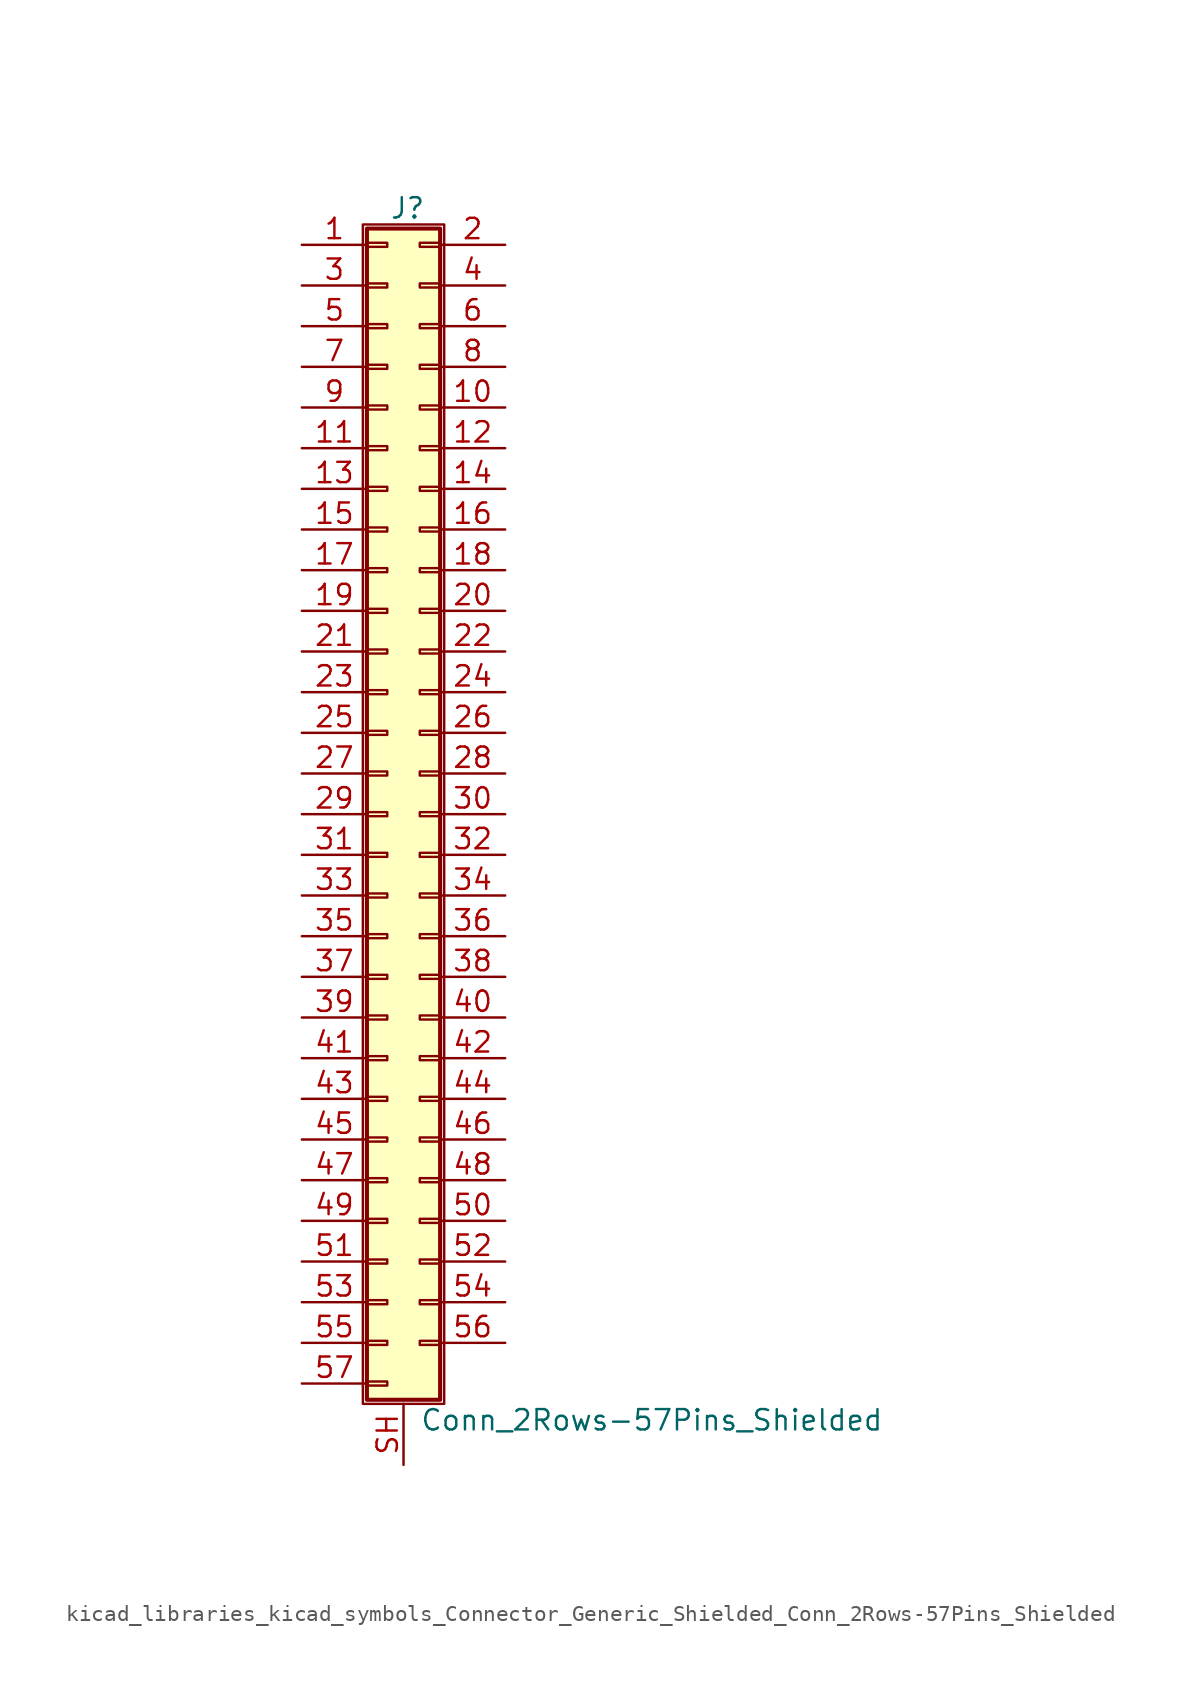
<source format=kicad_sym>
(kicad_symbol_lib
  (version 20220914)
  (generator kicad_symbol_editor)
  (symbol "kicad_libraries_kicad_symbols_Connector_Generic_Shielded_Conn_2Rows-57Pins_Shielded"
    (pin_names
      (offset 1.016) hide)
    (property "Reference" "J"
      (at 1.524 37.846 0)
      (effects (font (size 1.27 1.27))))
    (property "Value" "Conn_2Rows-57Pins_Shielded"
      (at 2.286 -37.846 0)
      (effects (font (size 1.27 1.27)) (justify left)))
    (symbol "kicad_libraries_kicad_symbols_Connector_Generic_Shielded_Conn_2Rows-57Pins_Shielded_1_1"
      (rectangle (start -1.27 36.83) (end 3.81 -36.83) (stroke (width 0.152) (type default)) (fill (type none)))
      (rectangle (start -1.016 -35.433) (end 0.254 -35.687) (stroke (width 0.152) (type default)) (fill (type none)))
      (rectangle (start -1.016 -32.893) (end 0.254 -33.147) (stroke (width 0.152) (type default)) (fill (type none)))
      (rectangle (start -1.016 -30.353) (end 0.254 -30.607) (stroke (width 0.152) (type default)) (fill (type none)))
      (rectangle (start -1.016 -27.813) (end 0.254 -28.067) (stroke (width 0.152) (type default)) (fill (type none)))
      (rectangle (start -1.016 -25.273) (end 0.254 -25.527) (stroke (width 0.152) (type default)) (fill (type none)))
      (rectangle (start -1.016 -22.733) (end 0.254 -22.987) (stroke (width 0.152) (type default)) (fill (type none)))
      (rectangle (start -1.016 -20.193) (end 0.254 -20.447) (stroke (width 0.152) (type default)) (fill (type none)))
      (rectangle (start -1.016 -17.653) (end 0.254 -17.907) (stroke (width 0.152) (type default)) (fill (type none)))
      (rectangle (start -1.016 -15.113) (end 0.254 -15.367) (stroke (width 0.152) (type default)) (fill (type none)))
      (rectangle (start -1.016 -12.573) (end 0.254 -12.827) (stroke (width 0.152) (type default)) (fill (type none)))
      (rectangle (start -1.016 -10.033) (end 0.254 -10.287) (stroke (width 0.152) (type default)) (fill (type none)))
      (rectangle (start -1.016 -7.493) (end 0.254 -7.747) (stroke (width 0.152) (type default)) (fill (type none)))
      (rectangle (start -1.016 -4.953) (end 0.254 -5.207) (stroke (width 0.152) (type default)) (fill (type none)))
      (rectangle (start -1.016 -2.413) (end 0.254 -2.667) (stroke (width 0.152) (type default)) (fill (type none)))
      (rectangle (start -1.016 0.127) (end 0.254 -0.127) (stroke (width 0.152) (type default)) (fill (type none)))
      (rectangle (start -1.016 2.667) (end 0.254 2.413) (stroke (width 0.152) (type default)) (fill (type none)))
      (rectangle (start -1.016 5.207) (end 0.254 4.953) (stroke (width 0.152) (type default)) (fill (type none)))
      (rectangle (start -1.016 7.747) (end 0.254 7.493) (stroke (width 0.152) (type default)) (fill (type none)))
      (rectangle (start -1.016 10.287) (end 0.254 10.033) (stroke (width 0.152) (type default)) (fill (type none)))
      (rectangle (start -1.016 12.827) (end 0.254 12.573) (stroke (width 0.152) (type default)) (fill (type none)))
      (rectangle (start -1.016 15.367) (end 0.254 15.113) (stroke (width 0.152) (type default)) (fill (type none)))
      (rectangle (start -1.016 17.907) (end 0.254 17.653) (stroke (width 0.152) (type default)) (fill (type none)))
      (rectangle (start -1.016 20.447) (end 0.254 20.193) (stroke (width 0.152) (type default)) (fill (type none)))
      (rectangle (start -1.016 22.987) (end 0.254 22.733) (stroke (width 0.152) (type default)) (fill (type none)))
      (rectangle (start -1.016 25.527) (end 0.254 25.273) (stroke (width 0.152) (type default)) (fill (type none)))
      (rectangle (start -1.016 28.067) (end 0.254 27.813) (stroke (width 0.152) (type default)) (fill (type none)))
      (rectangle (start -1.016 30.607) (end 0.254 30.353) (stroke (width 0.152) (type default)) (fill (type none)))
      (rectangle (start -1.016 33.147) (end 0.254 32.893) (stroke (width 0.152) (type default)) (fill (type none)))
      (rectangle (start -1.016 35.687) (end 0.254 35.433) (stroke (width 0.152) (type default)) (fill (type none)))
      (rectangle (start -1.016 36.576) (end 3.556 -36.576) (stroke (width 0.254) (type default)) (fill (type background)))
      (rectangle (start 3.556 -32.893) (end 2.286 -33.147) (stroke (width 0.152) (type default)) (fill (type none)))
      (rectangle (start 3.556 -30.353) (end 2.286 -30.607) (stroke (width 0.152) (type default)) (fill (type none)))
      (rectangle (start 3.556 -27.813) (end 2.286 -28.067) (stroke (width 0.152) (type default)) (fill (type none)))
      (rectangle (start 3.556 -25.273) (end 2.286 -25.527) (stroke (width 0.152) (type default)) (fill (type none)))
      (rectangle (start 3.556 -22.733) (end 2.286 -22.987) (stroke (width 0.152) (type default)) (fill (type none)))
      (rectangle (start 3.556 -20.193) (end 2.286 -20.447) (stroke (width 0.152) (type default)) (fill (type none)))
      (rectangle (start 3.556 -17.653) (end 2.286 -17.907) (stroke (width 0.152) (type default)) (fill (type none)))
      (rectangle (start 3.556 -15.113) (end 2.286 -15.367) (stroke (width 0.152) (type default)) (fill (type none)))
      (rectangle (start 3.556 -12.573) (end 2.286 -12.827) (stroke (width 0.152) (type default)) (fill (type none)))
      (rectangle (start 3.556 -10.033) (end 2.286 -10.287) (stroke (width 0.152) (type default)) (fill (type none)))
      (rectangle (start 3.556 -7.493) (end 2.286 -7.747) (stroke (width 0.152) (type default)) (fill (type none)))
      (rectangle (start 3.556 -4.953) (end 2.286 -5.207) (stroke (width 0.152) (type default)) (fill (type none)))
      (rectangle (start 3.556 -2.413) (end 2.286 -2.667) (stroke (width 0.152) (type default)) (fill (type none)))
      (rectangle (start 3.556 0.127) (end 2.286 -0.127) (stroke (width 0.152) (type default)) (fill (type none)))
      (rectangle (start 3.556 2.667) (end 2.286 2.413) (stroke (width 0.152) (type default)) (fill (type none)))
      (rectangle (start 3.556 5.207) (end 2.286 4.953) (stroke (width 0.152) (type default)) (fill (type none)))
      (rectangle (start 3.556 7.747) (end 2.286 7.493) (stroke (width 0.152) (type default)) (fill (type none)))
      (rectangle (start 3.556 10.287) (end 2.286 10.033) (stroke (width 0.152) (type default)) (fill (type none)))
      (rectangle (start 3.556 12.827) (end 2.286 12.573) (stroke (width 0.152) (type default)) (fill (type none)))
      (rectangle (start 3.556 15.367) (end 2.286 15.113) (stroke (width 0.152) (type default)) (fill (type none)))
      (rectangle (start 3.556 17.907) (end 2.286 17.653) (stroke (width 0.152) (type default)) (fill (type none)))
      (rectangle (start 3.556 20.447) (end 2.286 20.193) (stroke (width 0.152) (type default)) (fill (type none)))
      (rectangle (start 3.556 22.987) (end 2.286 22.733) (stroke (width 0.152) (type default)) (fill (type none)))
      (rectangle (start 3.556 25.527) (end 2.286 25.273) (stroke (width 0.152) (type default)) (fill (type none)))
      (rectangle (start 3.556 28.067) (end 2.286 27.813) (stroke (width 0.152) (type default)) (fill (type none)))
      (rectangle (start 3.556 30.607) (end 2.286 30.353) (stroke (width 0.152) (type default)) (fill (type none)))
      (rectangle (start 3.556 33.147) (end 2.286 32.893) (stroke (width 0.152) (type default)) (fill (type none)))
      (rectangle (start 3.556 35.687) (end 2.286 35.433) (stroke (width 0.152) (type default)) (fill (type none)))
      (pin passive line (at -5.08 35.56 0) (length 4.064) (name "Pin_1" (effects (font (size 1.27 1.27)))) (number "1" (effects (font (size 1.27 1.27)))))
      (pin passive line (at 7.62 25.4 180) (length 4.064) (name "Pin_10" (effects (font (size 1.27 1.27)))) (number "10" (effects (font (size 1.27 1.27)))))
      (pin passive line (at -5.08 22.86 0) (length 4.064) (name "Pin_11" (effects (font (size 1.27 1.27)))) (number "11" (effects (font (size 1.27 1.27)))))
      (pin passive line (at 7.62 22.86 180) (length 4.064) (name "Pin_12" (effects (font (size 1.27 1.27)))) (number "12" (effects (font (size 1.27 1.27)))))
      (pin passive line (at -5.08 20.32 0) (length 4.064) (name "Pin_13" (effects (font (size 1.27 1.27)))) (number "13" (effects (font (size 1.27 1.27)))))
      (pin passive line (at 7.62 20.32 180) (length 4.064) (name "Pin_14" (effects (font (size 1.27 1.27)))) (number "14" (effects (font (size 1.27 1.27)))))
      (pin passive line (at -5.08 17.78 0) (length 4.064) (name "Pin_15" (effects (font (size 1.27 1.27)))) (number "15" (effects (font (size 1.27 1.27)))))
      (pin passive line (at 7.62 17.78 180) (length 4.064) (name "Pin_16" (effects (font (size 1.27 1.27)))) (number "16" (effects (font (size 1.27 1.27)))))
      (pin passive line (at -5.08 15.24 0) (length 4.064) (name "Pin_17" (effects (font (size 1.27 1.27)))) (number "17" (effects (font (size 1.27 1.27)))))
      (pin passive line (at 7.62 15.24 180) (length 4.064) (name "Pin_18" (effects (font (size 1.27 1.27)))) (number "18" (effects (font (size 1.27 1.27)))))
      (pin passive line (at -5.08 12.7 0) (length 4.064) (name "Pin_19" (effects (font (size 1.27 1.27)))) (number "19" (effects (font (size 1.27 1.27)))))
      (pin passive line (at 7.62 35.56 180) (length 4.064) (name "Pin_2" (effects (font (size 1.27 1.27)))) (number "2" (effects (font (size 1.27 1.27)))))
      (pin passive line (at 7.62 12.7 180) (length 4.064) (name "Pin_20" (effects (font (size 1.27 1.27)))) (number "20" (effects (font (size 1.27 1.27)))))
      (pin passive line (at -5.08 10.16 0) (length 4.064) (name "Pin_21" (effects (font (size 1.27 1.27)))) (number "21" (effects (font (size 1.27 1.27)))))
      (pin passive line (at 7.62 10.16 180) (length 4.064) (name "Pin_22" (effects (font (size 1.27 1.27)))) (number "22" (effects (font (size 1.27 1.27)))))
      (pin passive line (at -5.08 7.62 0) (length 4.064) (name "Pin_23" (effects (font (size 1.27 1.27)))) (number "23" (effects (font (size 1.27 1.27)))))
      (pin passive line (at 7.62 7.62 180) (length 4.064) (name "Pin_24" (effects (font (size 1.27 1.27)))) (number "24" (effects (font (size 1.27 1.27)))))
      (pin passive line (at -5.08 5.08 0) (length 4.064) (name "Pin_25" (effects (font (size 1.27 1.27)))) (number "25" (effects (font (size 1.27 1.27)))))
      (pin passive line (at 7.62 5.08 180) (length 4.064) (name "Pin_26" (effects (font (size 1.27 1.27)))) (number "26" (effects (font (size 1.27 1.27)))))
      (pin passive line (at -5.08 2.54 0) (length 4.064) (name "Pin_27" (effects (font (size 1.27 1.27)))) (number "27" (effects (font (size 1.27 1.27)))))
      (pin passive line (at 7.62 2.54 180) (length 4.064) (name "Pin_28" (effects (font (size 1.27 1.27)))) (number "28" (effects (font (size 1.27 1.27)))))
      (pin passive line (at -5.08 0 0) (length 4.064) (name "Pin_29" (effects (font (size 1.27 1.27)))) (number "29" (effects (font (size 1.27 1.27)))))
      (pin passive line (at -5.08 33.02 0) (length 4.064) (name "Pin_3" (effects (font (size 1.27 1.27)))) (number "3" (effects (font (size 1.27 1.27)))))
      (pin passive line (at 7.62 0 180) (length 4.064) (name "Pin_30" (effects (font (size 1.27 1.27)))) (number "30" (effects (font (size 1.27 1.27)))))
      (pin passive line (at -5.08 -2.54 0) (length 4.064) (name "Pin_31" (effects (font (size 1.27 1.27)))) (number "31" (effects (font (size 1.27 1.27)))))
      (pin passive line (at 7.62 -2.54 180) (length 4.064) (name "Pin_32" (effects (font (size 1.27 1.27)))) (number "32" (effects (font (size 1.27 1.27)))))
      (pin passive line (at -5.08 -5.08 0) (length 4.064) (name "Pin_33" (effects (font (size 1.27 1.27)))) (number "33" (effects (font (size 1.27 1.27)))))
      (pin passive line (at 7.62 -5.08 180) (length 4.064) (name "Pin_34" (effects (font (size 1.27 1.27)))) (number "34" (effects (font (size 1.27 1.27)))))
      (pin passive line (at -5.08 -7.62 0) (length 4.064) (name "Pin_35" (effects (font (size 1.27 1.27)))) (number "35" (effects (font (size 1.27 1.27)))))
      (pin passive line (at 7.62 -7.62 180) (length 4.064) (name "Pin_36" (effects (font (size 1.27 1.27)))) (number "36" (effects (font (size 1.27 1.27)))))
      (pin passive line (at -5.08 -10.16 0) (length 4.064) (name "Pin_37" (effects (font (size 1.27 1.27)))) (number "37" (effects (font (size 1.27 1.27)))))
      (pin passive line (at 7.62 -10.16 180) (length 4.064) (name "Pin_38" (effects (font (size 1.27 1.27)))) (number "38" (effects (font (size 1.27 1.27)))))
      (pin passive line (at -5.08 -12.7 0) (length 4.064) (name "Pin_39" (effects (font (size 1.27 1.27)))) (number "39" (effects (font (size 1.27 1.27)))))
      (pin passive line (at 7.62 33.02 180) (length 4.064) (name "Pin_4" (effects (font (size 1.27 1.27)))) (number "4" (effects (font (size 1.27 1.27)))))
      (pin passive line (at 7.62 -12.7 180) (length 4.064) (name "Pin_40" (effects (font (size 1.27 1.27)))) (number "40" (effects (font (size 1.27 1.27)))))
      (pin passive line (at -5.08 -15.24 0) (length 4.064) (name "Pin_41" (effects (font (size 1.27 1.27)))) (number "41" (effects (font (size 1.27 1.27)))))
      (pin passive line (at 7.62 -15.24 180) (length 4.064) (name "Pin_42" (effects (font (size 1.27 1.27)))) (number "42" (effects (font (size 1.27 1.27)))))
      (pin passive line (at -5.08 -17.78 0) (length 4.064) (name "Pin_43" (effects (font (size 1.27 1.27)))) (number "43" (effects (font (size 1.27 1.27)))))
      (pin passive line (at 7.62 -17.78 180) (length 4.064) (name "Pin_44" (effects (font (size 1.27 1.27)))) (number "44" (effects (font (size 1.27 1.27)))))
      (pin passive line (at -5.08 -20.32 0) (length 4.064) (name "Pin_45" (effects (font (size 1.27 1.27)))) (number "45" (effects (font (size 1.27 1.27)))))
      (pin passive line (at 7.62 -20.32 180) (length 4.064) (name "Pin_46" (effects (font (size 1.27 1.27)))) (number "46" (effects (font (size 1.27 1.27)))))
      (pin passive line (at -5.08 -22.86 0) (length 4.064) (name "Pin_47" (effects (font (size 1.27 1.27)))) (number "47" (effects (font (size 1.27 1.27)))))
      (pin passive line (at 7.62 -22.86 180) (length 4.064) (name "Pin_48" (effects (font (size 1.27 1.27)))) (number "48" (effects (font (size 1.27 1.27)))))
      (pin passive line (at -5.08 -25.4 0) (length 4.064) (name "Pin_49" (effects (font (size 1.27 1.27)))) (number "49" (effects (font (size 1.27 1.27)))))
      (pin passive line (at -5.08 30.48 0) (length 4.064) (name "Pin_5" (effects (font (size 1.27 1.27)))) (number "5" (effects (font (size 1.27 1.27)))))
      (pin passive line (at 7.62 -25.4 180) (length 4.064) (name "Pin_50" (effects (font (size 1.27 1.27)))) (number "50" (effects (font (size 1.27 1.27)))))
      (pin passive line (at -5.08 -27.94 0) (length 4.064) (name "Pin_51" (effects (font (size 1.27 1.27)))) (number "51" (effects (font (size 1.27 1.27)))))
      (pin passive line (at 7.62 -27.94 180) (length 4.064) (name "Pin_52" (effects (font (size 1.27 1.27)))) (number "52" (effects (font (size 1.27 1.27)))))
      (pin passive line (at -5.08 -30.48 0) (length 4.064) (name "Pin_53" (effects (font (size 1.27 1.27)))) (number "53" (effects (font (size 1.27 1.27)))))
      (pin passive line (at 7.62 -30.48 180) (length 4.064) (name "Pin_54" (effects (font (size 1.27 1.27)))) (number "54" (effects (font (size 1.27 1.27)))))
      (pin passive line (at -5.08 -33.02 0) (length 4.064) (name "Pin_55" (effects (font (size 1.27 1.27)))) (number "55" (effects (font (size 1.27 1.27)))))
      (pin passive line (at 7.62 -33.02 180) (length 4.064) (name "Pin_56" (effects (font (size 1.27 1.27)))) (number "56" (effects (font (size 1.27 1.27)))))
      (pin passive line (at -5.08 -35.56 0) (length 4.064) (name "Pin_57" (effects (font (size 1.27 1.27)))) (number "57" (effects (font (size 1.27 1.27)))))
      (pin passive line (at 7.62 30.48 180) (length 4.064) (name "Pin_6" (effects (font (size 1.27 1.27)))) (number "6" (effects (font (size 1.27 1.27)))))
      (pin passive line (at -5.08 27.94 0) (length 4.064) (name "Pin_7" (effects (font (size 1.27 1.27)))) (number "7" (effects (font (size 1.27 1.27)))))
      (pin passive line (at 7.62 27.94 180) (length 4.064) (name "Pin_8" (effects (font (size 1.27 1.27)))) (number "8" (effects (font (size 1.27 1.27)))))
      (pin passive line (at -5.08 25.4 0) (length 4.064) (name "Pin_9" (effects (font (size 1.27 1.27)))) (number "9" (effects (font (size 1.27 1.27)))))
      (pin passive line (at 1.27 -40.64 90) (length 3.81) (name "Shield" (effects (font (size 1.27 1.27)))) (number "SH" (effects (font (size 1.27 1.27))))))))
</source>
